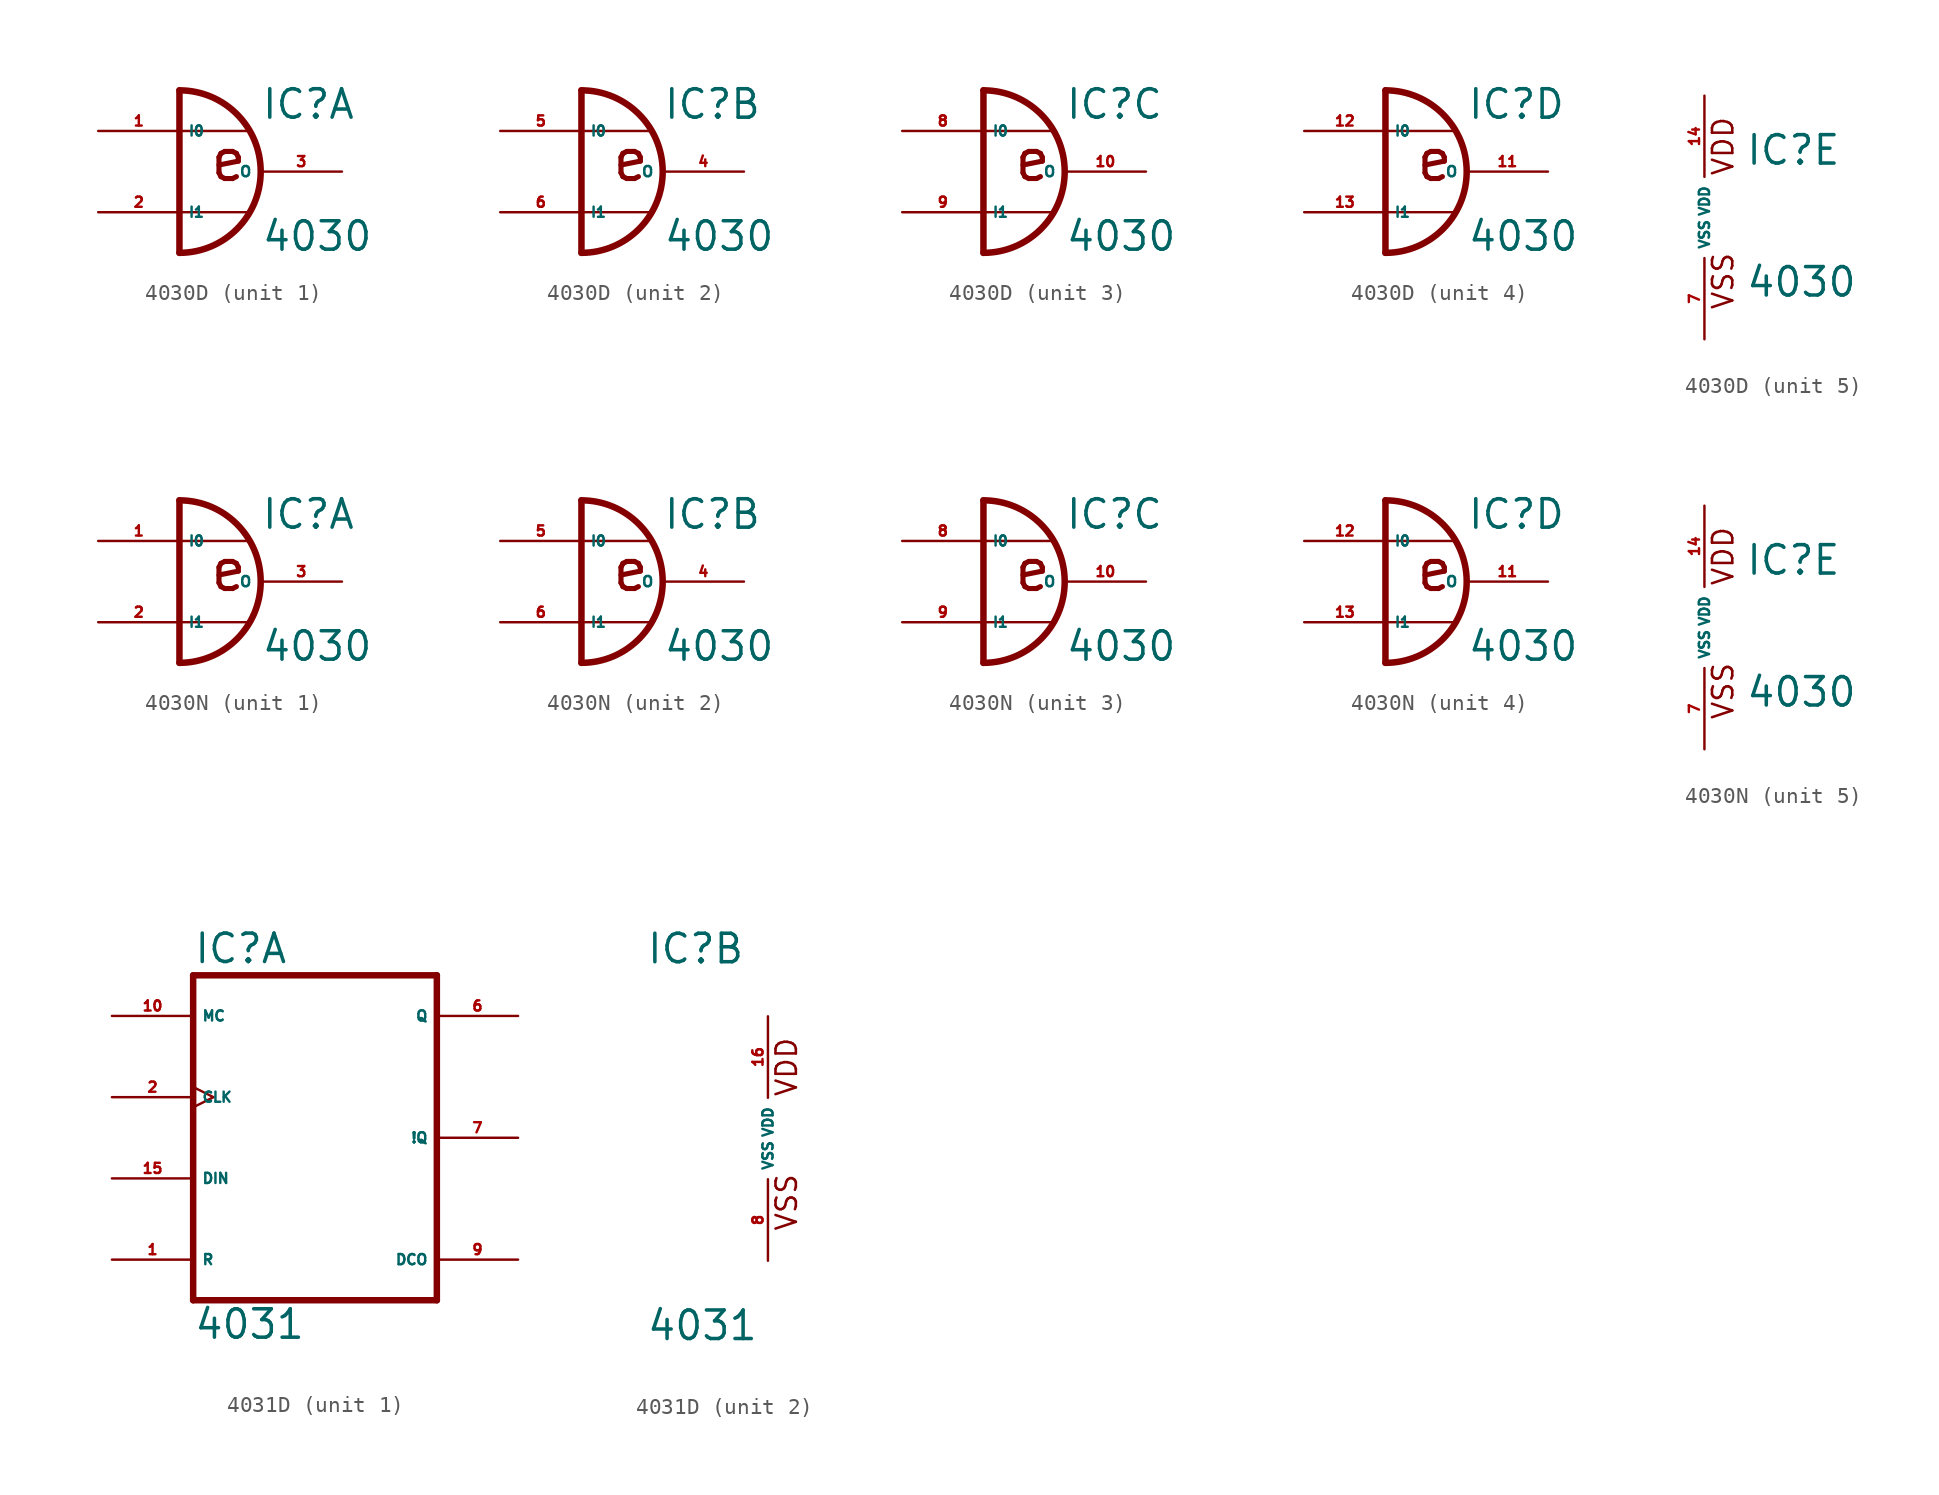
<source format=kicad_sym>
(kicad_symbol_lib
  (version 20220914)
  (generator Eagle2Kicad)
  (symbol "4030D"
    (property "Reference" "IC"
      (at 2.54 3.175 0)
      (effects (font (size 1.778 1.778) (thickness 0.22)) (justify left bottom)))
    (property "Value" "4030"
      (at 2.54 -5.08 0)
      (effects (font (size 1.778 1.778) (thickness 0.22)) (justify left bottom)))
    (symbol "4030D_1_0"
      (arc (start -2.54 -5.08) (mid 2.540 0.000) (end -2.54 5.08) (stroke (width 0.4064) (type default)) (fill (type none)))
      (polyline (pts (xy -2.54 2.54) (xy 1.778 2.54)) (stroke (width 0.152) (type default)) (fill (type none)))
      (polyline (pts (xy -2.54 -2.54) (xy 1.778 -2.54)) (stroke (width 0.152) (type default)) (fill (type none)))
      (polyline (pts (xy -2.54 -5.08) (xy -2.54 5.08)) (stroke (width 0.406) (type default)) (fill (type none)))
      (text "e" (at -0.762 -0.762 0) (effects (font (size 2.54 2.54) (thickness 0.32)) (justify left bottom)))
      (pin input line (at -7.62 2.54 0) (length 5.08) (name "I0" (effects (font (size 0.635 0.635) (thickness 0.08)) (justify left bottom))) (number "1" (effects (font (size 0.635 0.635) (thickness 0.08)) (justify left bottom))))
      (pin input line (at -7.62 -2.54 0) (length 5.08) (name "I1" (effects (font (size 0.635 0.635) (thickness 0.08)) (justify left bottom))) (number "2" (effects (font (size 0.635 0.635) (thickness 0.08)) (justify left bottom))))
      (pin output line (at 7.62 0 180) (length 5.08) (name "O" (effects (font (size 0.635 0.635) (thickness 0.08)) (justify left bottom))) (number "3" (effects (font (size 0.635 0.635) (thickness 0.08)) (justify left bottom)))))
    (symbol "4030D_2_0"
      (arc (start -2.54 -5.08) (mid 2.540 0.000) (end -2.54 5.08) (stroke (width 0.4064) (type default)) (fill (type none)))
      (polyline (pts (xy -2.54 2.54) (xy 1.778 2.54)) (stroke (width 0.152) (type default)) (fill (type none)))
      (polyline (pts (xy -2.54 -2.54) (xy 1.778 -2.54)) (stroke (width 0.152) (type default)) (fill (type none)))
      (polyline (pts (xy -2.54 -5.08) (xy -2.54 5.08)) (stroke (width 0.406) (type default)) (fill (type none)))
      (text "e" (at -0.762 -0.762 0) (effects (font (size 2.54 2.54) (thickness 0.32)) (justify left bottom)))
      (pin input line (at -7.62 2.54 0) (length 5.08) (name "I0" (effects (font (size 0.635 0.635) (thickness 0.08)) (justify left bottom))) (number "5" (effects (font (size 0.635 0.635) (thickness 0.08)) (justify left bottom))))
      (pin input line (at -7.62 -2.54 0) (length 5.08) (name "I1" (effects (font (size 0.635 0.635) (thickness 0.08)) (justify left bottom))) (number "6" (effects (font (size 0.635 0.635) (thickness 0.08)) (justify left bottom))))
      (pin output line (at 7.62 0 180) (length 5.08) (name "O" (effects (font (size 0.635 0.635) (thickness 0.08)) (justify left bottom))) (number "4" (effects (font (size 0.635 0.635) (thickness 0.08)) (justify left bottom)))))
    (symbol "4030D_3_0"
      (arc (start -2.54 -5.08) (mid 2.540 0.000) (end -2.54 5.08) (stroke (width 0.4064) (type default)) (fill (type none)))
      (polyline (pts (xy -2.54 2.54) (xy 1.778 2.54)) (stroke (width 0.152) (type default)) (fill (type none)))
      (polyline (pts (xy -2.54 -2.54) (xy 1.778 -2.54)) (stroke (width 0.152) (type default)) (fill (type none)))
      (polyline (pts (xy -2.54 -5.08) (xy -2.54 5.08)) (stroke (width 0.406) (type default)) (fill (type none)))
      (text "e" (at -0.762 -0.762 0) (effects (font (size 2.54 2.54) (thickness 0.32)) (justify left bottom)))
      (pin input line (at -7.62 2.54 0) (length 5.08) (name "I0" (effects (font (size 0.635 0.635) (thickness 0.08)) (justify left bottom))) (number "8" (effects (font (size 0.635 0.635) (thickness 0.08)) (justify left bottom))))
      (pin input line (at -7.62 -2.54 0) (length 5.08) (name "I1" (effects (font (size 0.635 0.635) (thickness 0.08)) (justify left bottom))) (number "9" (effects (font (size 0.635 0.635) (thickness 0.08)) (justify left bottom))))
      (pin output line (at 7.62 0 180) (length 5.08) (name "O" (effects (font (size 0.635 0.635) (thickness 0.08)) (justify left bottom))) (number "10" (effects (font (size 0.635 0.635) (thickness 0.08)) (justify left bottom)))))
    (symbol "4030D_4_0"
      (arc (start -2.54 -5.08) (mid 2.540 0.000) (end -2.54 5.08) (stroke (width 0.4064) (type default)) (fill (type none)))
      (polyline (pts (xy -2.54 2.54) (xy 1.778 2.54)) (stroke (width 0.152) (type default)) (fill (type none)))
      (polyline (pts (xy -2.54 -2.54) (xy 1.778 -2.54)) (stroke (width 0.152) (type default)) (fill (type none)))
      (polyline (pts (xy -2.54 -5.08) (xy -2.54 5.08)) (stroke (width 0.406) (type default)) (fill (type none)))
      (text "e" (at -0.762 -0.762 0) (effects (font (size 2.54 2.54) (thickness 0.32)) (justify left bottom)))
      (pin input line (at -7.62 2.54 0) (length 5.08) (name "I0" (effects (font (size 0.635 0.635) (thickness 0.08)) (justify left bottom))) (number "12" (effects (font (size 0.635 0.635) (thickness 0.08)) (justify left bottom))))
      (pin input line (at -7.62 -2.54 0) (length 5.08) (name "I1" (effects (font (size 0.635 0.635) (thickness 0.08)) (justify left bottom))) (number "13" (effects (font (size 0.635 0.635) (thickness 0.08)) (justify left bottom))))
      (pin output line (at 7.62 0 180) (length 5.08) (name "O" (effects (font (size 0.635 0.635) (thickness 0.08)) (justify left bottom))) (number "11" (effects (font (size 0.635 0.635) (thickness 0.08)) (justify left bottom)))))
    (symbol "4030D_5_0"
      (text "VDD" (at 1.905 2.54 900) (effects (font (size 1.27 1.27) (thickness 0.16)) (justify left bottom)))
      (text "VSS" (at 1.905 -5.842 900) (effects (font (size 1.27 1.27) (thickness 0.16)) (justify left bottom)))
      (pin unspecified line (at 0 -7.62 90) (length 5.08) (name "VSS" (effects (font (size 0.635 0.635) (thickness 0.08)) (justify left bottom))) (number "7" (effects (font (size 0.635 0.635) (thickness 0.08)) (justify left bottom))))
      (pin unspecified line (at 0 7.62 270) (length 5.08) (name "VDD" (effects (font (size 0.635 0.635) (thickness 0.08)) (justify left bottom))) (number "14" (effects (font (size 0.635 0.635) (thickness 0.08)) (justify left bottom))))))
  (symbol "4030N"
    (property "Reference" "IC"
      (at 2.54 3.175 0)
      (effects (font (size 1.778 1.778) (thickness 0.22)) (justify left bottom)))
    (property "Value" "4030"
      (at 2.54 -5.08 0)
      (effects (font (size 1.778 1.778) (thickness 0.22)) (justify left bottom)))
    (symbol "4030N_1_0"
      (arc (start -2.54 -5.08) (mid 2.540 0.000) (end -2.54 5.08) (stroke (width 0.4064) (type default)) (fill (type none)))
      (polyline (pts (xy -2.54 2.54) (xy 1.778 2.54)) (stroke (width 0.152) (type default)) (fill (type none)))
      (polyline (pts (xy -2.54 -2.54) (xy 1.778 -2.54)) (stroke (width 0.152) (type default)) (fill (type none)))
      (polyline (pts (xy -2.54 -5.08) (xy -2.54 5.08)) (stroke (width 0.406) (type default)) (fill (type none)))
      (text "e" (at -0.762 -0.762 0) (effects (font (size 2.54 2.54) (thickness 0.32)) (justify left bottom)))
      (pin input line (at -7.62 2.54 0) (length 5.08) (name "I0" (effects (font (size 0.635 0.635) (thickness 0.08)) (justify left bottom))) (number "1" (effects (font (size 0.635 0.635) (thickness 0.08)) (justify left bottom))))
      (pin input line (at -7.62 -2.54 0) (length 5.08) (name "I1" (effects (font (size 0.635 0.635) (thickness 0.08)) (justify left bottom))) (number "2" (effects (font (size 0.635 0.635) (thickness 0.08)) (justify left bottom))))
      (pin output line (at 7.62 0 180) (length 5.08) (name "O" (effects (font (size 0.635 0.635) (thickness 0.08)) (justify left bottom))) (number "3" (effects (font (size 0.635 0.635) (thickness 0.08)) (justify left bottom)))))
    (symbol "4030N_2_0"
      (arc (start -2.54 -5.08) (mid 2.540 0.000) (end -2.54 5.08) (stroke (width 0.4064) (type default)) (fill (type none)))
      (polyline (pts (xy -2.54 2.54) (xy 1.778 2.54)) (stroke (width 0.152) (type default)) (fill (type none)))
      (polyline (pts (xy -2.54 -2.54) (xy 1.778 -2.54)) (stroke (width 0.152) (type default)) (fill (type none)))
      (polyline (pts (xy -2.54 -5.08) (xy -2.54 5.08)) (stroke (width 0.406) (type default)) (fill (type none)))
      (text "e" (at -0.762 -0.762 0) (effects (font (size 2.54 2.54) (thickness 0.32)) (justify left bottom)))
      (pin input line (at -7.62 2.54 0) (length 5.08) (name "I0" (effects (font (size 0.635 0.635) (thickness 0.08)) (justify left bottom))) (number "5" (effects (font (size 0.635 0.635) (thickness 0.08)) (justify left bottom))))
      (pin input line (at -7.62 -2.54 0) (length 5.08) (name "I1" (effects (font (size 0.635 0.635) (thickness 0.08)) (justify left bottom))) (number "6" (effects (font (size 0.635 0.635) (thickness 0.08)) (justify left bottom))))
      (pin output line (at 7.62 0 180) (length 5.08) (name "O" (effects (font (size 0.635 0.635) (thickness 0.08)) (justify left bottom))) (number "4" (effects (font (size 0.635 0.635) (thickness 0.08)) (justify left bottom)))))
    (symbol "4030N_3_0"
      (arc (start -2.54 -5.08) (mid 2.540 0.000) (end -2.54 5.08) (stroke (width 0.4064) (type default)) (fill (type none)))
      (polyline (pts (xy -2.54 2.54) (xy 1.778 2.54)) (stroke (width 0.152) (type default)) (fill (type none)))
      (polyline (pts (xy -2.54 -2.54) (xy 1.778 -2.54)) (stroke (width 0.152) (type default)) (fill (type none)))
      (polyline (pts (xy -2.54 -5.08) (xy -2.54 5.08)) (stroke (width 0.406) (type default)) (fill (type none)))
      (text "e" (at -0.762 -0.762 0) (effects (font (size 2.54 2.54) (thickness 0.32)) (justify left bottom)))
      (pin input line (at -7.62 2.54 0) (length 5.08) (name "I0" (effects (font (size 0.635 0.635) (thickness 0.08)) (justify left bottom))) (number "8" (effects (font (size 0.635 0.635) (thickness 0.08)) (justify left bottom))))
      (pin input line (at -7.62 -2.54 0) (length 5.08) (name "I1" (effects (font (size 0.635 0.635) (thickness 0.08)) (justify left bottom))) (number "9" (effects (font (size 0.635 0.635) (thickness 0.08)) (justify left bottom))))
      (pin output line (at 7.62 0 180) (length 5.08) (name "O" (effects (font (size 0.635 0.635) (thickness 0.08)) (justify left bottom))) (number "10" (effects (font (size 0.635 0.635) (thickness 0.08)) (justify left bottom)))))
    (symbol "4030N_4_0"
      (arc (start -2.54 -5.08) (mid 2.540 0.000) (end -2.54 5.08) (stroke (width 0.4064) (type default)) (fill (type none)))
      (polyline (pts (xy -2.54 2.54) (xy 1.778 2.54)) (stroke (width 0.152) (type default)) (fill (type none)))
      (polyline (pts (xy -2.54 -2.54) (xy 1.778 -2.54)) (stroke (width 0.152) (type default)) (fill (type none)))
      (polyline (pts (xy -2.54 -5.08) (xy -2.54 5.08)) (stroke (width 0.406) (type default)) (fill (type none)))
      (text "e" (at -0.762 -0.762 0) (effects (font (size 2.54 2.54) (thickness 0.32)) (justify left bottom)))
      (pin input line (at -7.62 2.54 0) (length 5.08) (name "I0" (effects (font (size 0.635 0.635) (thickness 0.08)) (justify left bottom))) (number "12" (effects (font (size 0.635 0.635) (thickness 0.08)) (justify left bottom))))
      (pin input line (at -7.62 -2.54 0) (length 5.08) (name "I1" (effects (font (size 0.635 0.635) (thickness 0.08)) (justify left bottom))) (number "13" (effects (font (size 0.635 0.635) (thickness 0.08)) (justify left bottom))))
      (pin output line (at 7.62 0 180) (length 5.08) (name "O" (effects (font (size 0.635 0.635) (thickness 0.08)) (justify left bottom))) (number "11" (effects (font (size 0.635 0.635) (thickness 0.08)) (justify left bottom)))))
    (symbol "4030N_5_0"
      (text "VDD" (at 1.905 2.54 900) (effects (font (size 1.27 1.27) (thickness 0.16)) (justify left bottom)))
      (text "VSS" (at 1.905 -5.842 900) (effects (font (size 1.27 1.27) (thickness 0.16)) (justify left bottom)))
      (pin unspecified line (at 0 -7.62 90) (length 5.08) (name "VSS" (effects (font (size 0.635 0.635) (thickness 0.08)) (justify left bottom))) (number "7" (effects (font (size 0.635 0.635) (thickness 0.08)) (justify left bottom))))
      (pin unspecified line (at 0 7.62 270) (length 5.08) (name "VDD" (effects (font (size 0.635 0.635) (thickness 0.08)) (justify left bottom))) (number "14" (effects (font (size 0.635 0.635) (thickness 0.08)) (justify left bottom))))))
  (symbol "4031D"
    (property "Reference" "IC"
      (at -7.62 10.795 0)
      (effects (font (size 1.778 1.778) (thickness 0.22)) (justify left bottom)))
    (property "Value" "4031"
      (at -7.62 -12.7 0)
      (effects (font (size 1.778 1.778) (thickness 0.22)) (justify left bottom)))
    (symbol "4031D_1_0"
      (polyline (pts (xy -7.62 -10.16) (xy 7.62 -10.16)) (stroke (width 0.406) (type default)) (fill (type none)))
      (polyline (pts (xy 7.62 -10.16) (xy 7.62 10.16)) (stroke (width 0.406) (type default)) (fill (type none)))
      (polyline (pts (xy 7.62 10.16) (xy -7.62 10.16)) (stroke (width 0.406) (type default)) (fill (type none)))
      (polyline (pts (xy -7.62 10.16) (xy -7.62 -10.16)) (stroke (width 0.406) (type default)) (fill (type none)))
      (pin input line (at -12.7 -7.62 0) (length 5.08) (name "R" (effects (font (size 0.635 0.635) (thickness 0.08)) (justify left bottom))) (number "1" (effects (font (size 0.635 0.635) (thickness 0.08)) (justify left bottom))))
      (pin input clock (at -12.7 2.54 0) (length 5.08) (name "CLK" (effects (font (size 0.635 0.635) (thickness 0.08)) (justify left bottom))) (number "2" (effects (font (size 0.635 0.635) (thickness 0.08)) (justify left bottom))))
      (pin output line (at 12.7 7.62 180) (length 5.08) (name "Q" (effects (font (size 0.635 0.635) (thickness 0.08)) (justify left bottom))) (number "6" (effects (font (size 0.635 0.635) (thickness 0.08)) (justify left bottom))))
      (pin output line (at 12.7 0 180) (length 5.08) (name "!Q" (effects (font (size 0.635 0.635) (thickness 0.08)) (justify left bottom))) (number "7" (effects (font (size 0.635 0.635) (thickness 0.08)) (justify left bottom))))
      (pin output line (at 12.7 -7.62 180) (length 5.08) (name "DCO" (effects (font (size 0.635 0.635) (thickness 0.08)) (justify left bottom))) (number "9" (effects (font (size 0.635 0.635) (thickness 0.08)) (justify left bottom))))
      (pin input line (at -12.7 7.62 0) (length 5.08) (name "MC" (effects (font (size 0.635 0.635) (thickness 0.08)) (justify left bottom))) (number "10" (effects (font (size 0.635 0.635) (thickness 0.08)) (justify left bottom))))
      (pin input line (at -12.7 -2.54 0) (length 5.08) (name "DIN" (effects (font (size 0.635 0.635) (thickness 0.08)) (justify left bottom))) (number "15" (effects (font (size 0.635 0.635) (thickness 0.08)) (justify left bottom)))))
    (symbol "4031D_2_0"
      (text "VDD" (at 1.905 2.54 900) (effects (font (size 1.27 1.27) (thickness 0.16)) (justify left bottom)))
      (text "VSS" (at 1.905 -5.842 900) (effects (font (size 1.27 1.27) (thickness 0.16)) (justify left bottom)))
      (pin unspecified line (at 0 -7.62 90) (length 5.08) (name "VSS" (effects (font (size 0.635 0.635) (thickness 0.08)) (justify left bottom))) (number "8" (effects (font (size 0.635 0.635) (thickness 0.08)) (justify left bottom))))
      (pin unspecified line (at 0 7.62 270) (length 5.08) (name "VDD" (effects (font (size 0.635 0.635) (thickness 0.08)) (justify left bottom))) (number "16" (effects (font (size 0.635 0.635) (thickness 0.08)) (justify left bottom)))))))
</source>
